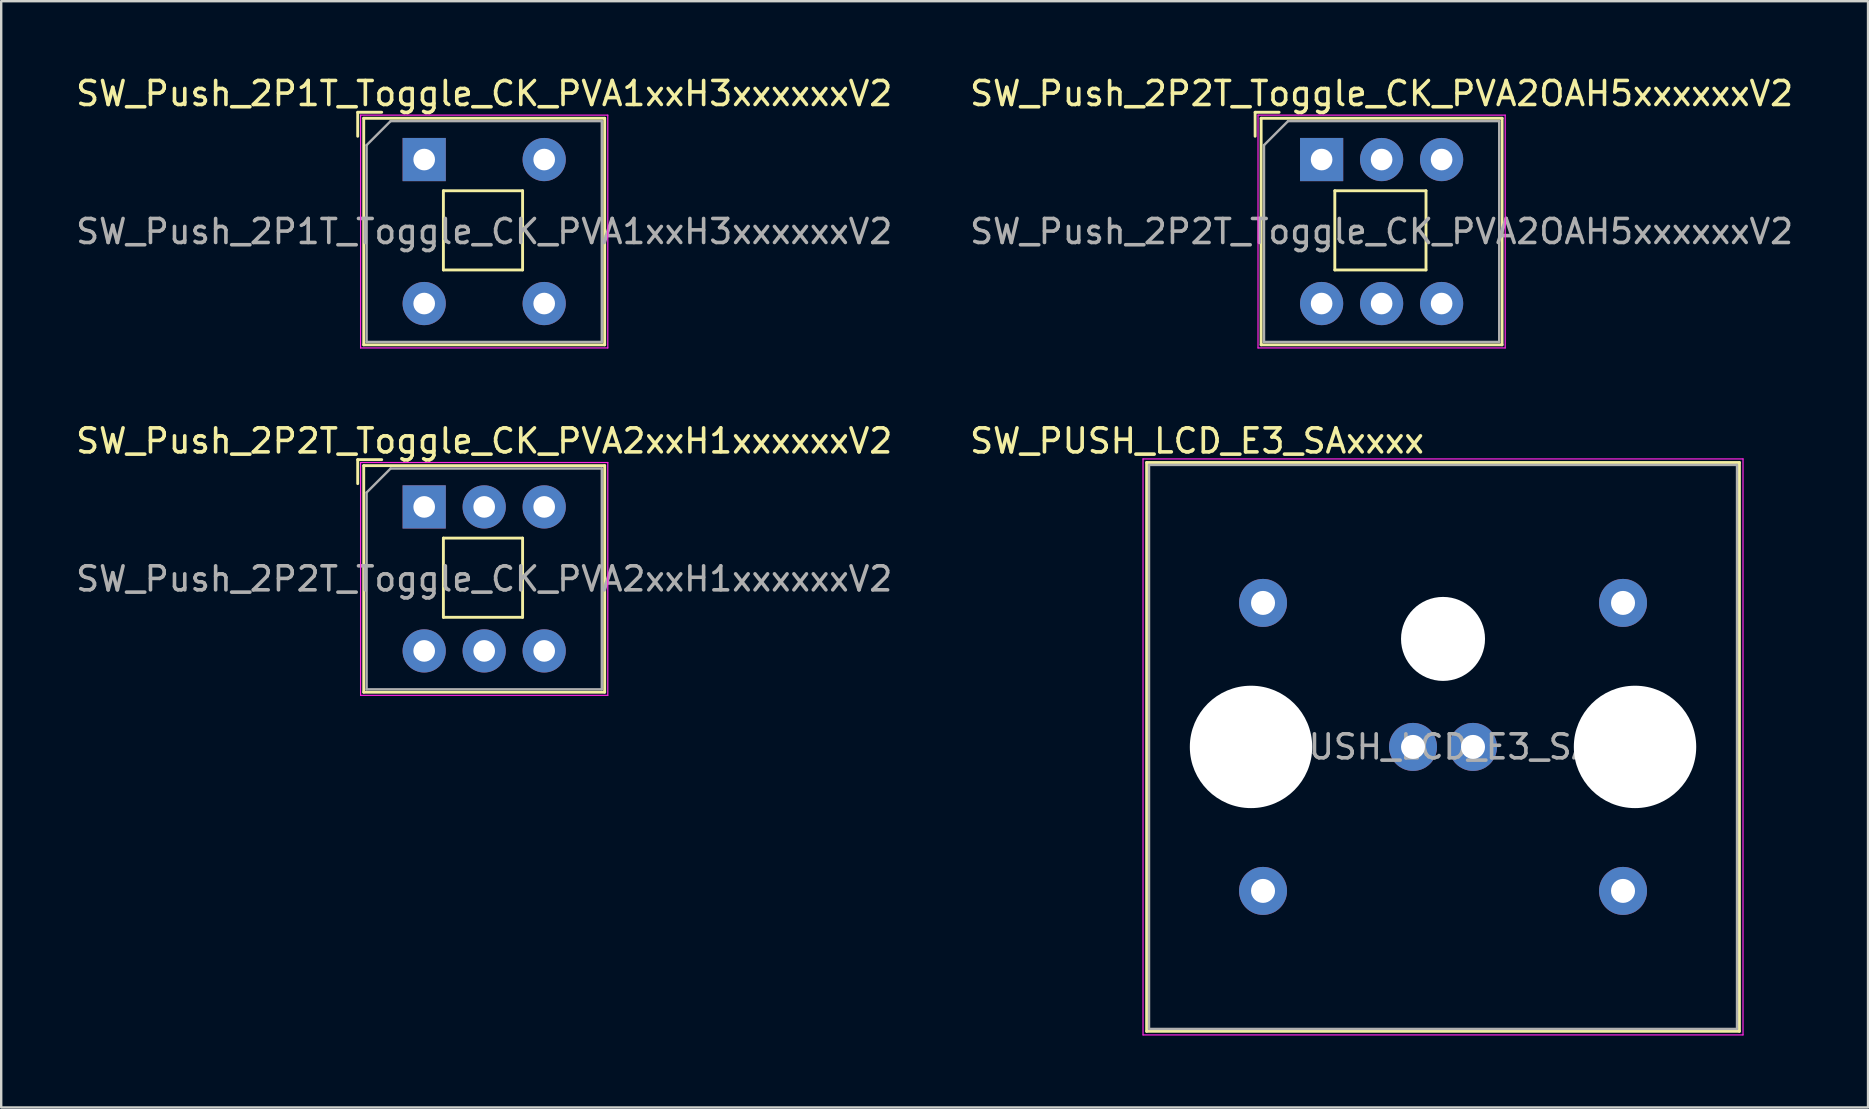
<source format=kicad_pcb>
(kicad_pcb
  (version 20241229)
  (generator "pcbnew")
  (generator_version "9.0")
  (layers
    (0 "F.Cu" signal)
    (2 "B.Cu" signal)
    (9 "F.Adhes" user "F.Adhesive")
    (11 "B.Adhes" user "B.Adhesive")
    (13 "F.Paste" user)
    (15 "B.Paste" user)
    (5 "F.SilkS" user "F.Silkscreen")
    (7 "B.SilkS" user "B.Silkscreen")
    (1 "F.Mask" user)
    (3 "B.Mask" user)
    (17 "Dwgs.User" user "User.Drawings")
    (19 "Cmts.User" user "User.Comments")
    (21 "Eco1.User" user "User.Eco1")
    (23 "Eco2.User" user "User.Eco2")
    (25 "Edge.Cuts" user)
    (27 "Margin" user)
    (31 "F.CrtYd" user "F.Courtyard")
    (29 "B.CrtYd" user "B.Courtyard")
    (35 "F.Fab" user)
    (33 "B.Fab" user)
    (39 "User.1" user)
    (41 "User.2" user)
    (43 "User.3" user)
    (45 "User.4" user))
  (footprint "SW_Push_2P2T_Toggle_CK_PVA2xxH1xxxxxxV2"
    (layer "F.Cu")
    (at 14.625 18.072)
    (property "Reference" "SW_Push_2P2T_Toggle_CK_PVA2xxH1xxxxxxV2" (at 2.5 -2.75 0) (layer "F.SilkS") (effects (font (size 1 1) (thickness 0.15))))
    (attr through_hole)
    (fp_line (start -2.77 -0.97) (end -2.77 -1.97) (stroke (width 0.12) (type solid)) (layer "F.SilkS"))
    (fp_line (start -2.52 7.72) (end -2.52 -1.72) (stroke (width 0.12) (type solid)) (layer "F.SilkS"))
    (fp_line (start -1.77 -1.97) (end -2.77 -1.97) (stroke (width 0.12) (type solid)) (layer "F.SilkS"))
    (fp_line (start 0.8 1.3) (end 0.8 4.6) (stroke (width 0.12) (type solid)) (layer "F.SilkS"))
    (fp_line (start 4.1 1.3) (end 0.8 1.3) (stroke (width 0.12) (type solid)) (layer "F.SilkS"))
    (fp_line (start 4.1 1.3) (end 4.1 4.6) (stroke (width 0.12) (type solid)) (layer "F.SilkS"))
    (fp_line (start 4.1 4.6) (end 0.8 4.6) (stroke (width 0.12) (type solid)) (layer "F.SilkS"))
    (fp_line (start 7.52 -1.72) (end -2.52 -1.72) (stroke (width 0.12) (type solid)) (layer "F.SilkS"))
    (fp_line (start 7.52 7.72) (end -2.52 7.72) (stroke (width 0.12) (type solid)) (layer "F.SilkS"))
    (fp_line (start 7.52 7.72) (end 7.52 -1.72) (stroke (width 0.12) (type solid)) (layer "F.SilkS"))
    (fp_line (start -2.65 -1.85) (end 7.65 -1.85) (stroke (width 0.05) (type solid)) (layer "F.CrtYd"))
    (fp_line (start -2.65 7.85) (end -2.65 -1.85) (stroke (width 0.05) (type solid)) (layer "F.CrtYd"))
    (fp_line (start -2.65 7.85) (end 7.65 7.85) (stroke (width 0.05) (type solid)) (layer "F.CrtYd"))
    (fp_line (start 7.65 -1.85) (end 7.65 7.85) (stroke (width 0.05) (type solid)) (layer "F.CrtYd"))
    (fp_line (start -2.4 -0.6) (end -1.4 -1.6) (stroke (width 0.1) (type solid)) (layer "F.Fab"))
    (fp_line (start -2.4 7.6) (end -2.4 -0.6) (stroke (width 0.1) (type solid)) (layer "F.Fab"))
    (fp_line (start -1.4 -1.6) (end 7.4 -1.6) (stroke (width 0.1) (type solid)) (layer "F.Fab"))
    (fp_line (start 7.4 -1.6) (end 7.4 7.6) (stroke (width 0.1) (type solid)) (layer "F.Fab"))
    (fp_line (start 7.4 7.6) (end -2.4 7.6) (stroke (width 0.1) (type solid)) (layer "F.Fab"))
    (fp_text user "${REFERENCE}" (at 2.5 3 0) (layer "F.Fab") (effects (font (size 1 1) (thickness 0.15))))
    (pad "1" thru_hole rect (at 0 0) (size 1.8 1.8) (drill 0.9) (layers "*.Cu" "*.Mask"))
    (pad "2" thru_hole circle (at 2.5 0) (size 1.8 1.8) (drill 0.9) (layers "*.Cu" "*.Mask"))
    (pad "3" thru_hole circle (at 5 0) (size 1.8 1.8) (drill 0.9) (layers "*.Cu" "*.Mask"))
    (pad "4" thru_hole circle (at 0 6) (size 1.8 1.8) (drill 0.9) (layers "*.Cu" "*.Mask"))
    (pad "5" thru_hole circle (at 2.5 6) (size 1.8 1.8) (drill 0.9) (layers "*.Cu" "*.Mask"))
    (pad "6" thru_hole circle (at 5 6) (size 1.8 1.8) (drill 0.9) (layers "*.Cu" "*.Mask")))
  (footprint "SW_Push_2P2T_Toggle_CK_PVA2OAH5xxxxxxV2"
    (layer "F.Cu")
    (at 52.018 3.598)
    (property "Reference" "SW_Push_2P2T_Toggle_CK_PVA2OAH5xxxxxxV2" (at 2.5 -2.75 0) (layer "F.SilkS") (effects (font (size 1 1) (thickness 0.15))))
    (attr through_hole)
    (fp_line (start -2.77 -0.97) (end -2.77 -1.97) (stroke (width 0.12) (type solid)) (layer "F.SilkS"))
    (fp_line (start -2.52 7.72) (end -2.52 -1.72) (stroke (width 0.12) (type solid)) (layer "F.SilkS"))
    (fp_line (start -1.77 -1.97) (end -2.77 -1.97) (stroke (width 0.12) (type solid)) (layer "F.SilkS"))
    (fp_line (start 0.55 1.3) (end 0.55 4.6) (stroke (width 0.12) (type solid)) (layer "F.SilkS"))
    (fp_line (start 4.35 1.3) (end 0.55 1.3) (stroke (width 0.12) (type solid)) (layer "F.SilkS"))
    (fp_line (start 4.35 1.3) (end 4.35 4.6) (stroke (width 0.12) (type solid)) (layer "F.SilkS"))
    (fp_line (start 4.35 4.6) (end 0.55 4.6) (stroke (width 0.12) (type solid)) (layer "F.SilkS"))
    (fp_line (start 7.52 -1.72) (end -2.52 -1.72) (stroke (width 0.12) (type solid)) (layer "F.SilkS"))
    (fp_line (start 7.52 7.72) (end -2.52 7.72) (stroke (width 0.12) (type solid)) (layer "F.SilkS"))
    (fp_line (start 7.52 7.72) (end 7.52 -1.72) (stroke (width 0.12) (type solid)) (layer "F.SilkS"))
    (fp_line (start -2.65 -1.85) (end 7.65 -1.85) (stroke (width 0.05) (type solid)) (layer "F.CrtYd"))
    (fp_line (start -2.65 7.85) (end -2.65 -1.85) (stroke (width 0.05) (type solid)) (layer "F.CrtYd"))
    (fp_line (start -2.65 7.85) (end 7.65 7.85) (stroke (width 0.05) (type solid)) (layer "F.CrtYd"))
    (fp_line (start 7.65 -1.85) (end 7.65 7.85) (stroke (width 0.05) (type solid)) (layer "F.CrtYd"))
    (fp_line (start -2.4 -0.6) (end -1.4 -1.6) (stroke (width 0.1) (type solid)) (layer "F.Fab"))
    (fp_line (start -2.4 7.6) (end -2.4 -0.6) (stroke (width 0.1) (type solid)) (layer "F.Fab"))
    (fp_line (start -1.4 -1.6) (end 7.4 -1.6) (stroke (width 0.1) (type solid)) (layer "F.Fab"))
    (fp_line (start 7.4 -1.6) (end 7.4 7.6) (stroke (width 0.1) (type solid)) (layer "F.Fab"))
    (fp_line (start 7.4 7.6) (end -2.4 7.6) (stroke (width 0.1) (type solid)) (layer "F.Fab"))
    (fp_text user "${REFERENCE}" (at 2.5 3 0) (layer "F.Fab") (effects (font (size 1 1) (thickness 0.15))))
    (pad "1" thru_hole rect (at 0 0) (size 1.8 1.8) (drill 0.9) (layers "*.Cu" "*.Mask"))
    (pad "2" thru_hole circle (at 2.5 0) (size 1.8 1.8) (drill 0.9) (layers "*.Cu" "*.Mask"))
    (pad "3" thru_hole circle (at 5 0) (size 1.8 1.8) (drill 0.9) (layers "*.Cu" "*.Mask"))
    (pad "4" thru_hole circle (at 0 6) (size 1.8 1.8) (drill 0.9) (layers "*.Cu" "*.Mask"))
    (pad "5" thru_hole circle (at 2.5 6) (size 1.8 1.8) (drill 0.9) (layers "*.Cu" "*.Mask"))
    (pad "6" thru_hole circle (at 5 6) (size 1.8 1.8) (drill 0.9) (layers "*.Cu" "*.Mask")))
  (footprint "SW_Push_2P1T_Toggle_CK_PVA1xxH3xxxxxxV2"
    (layer "F.Cu")
    (at 14.625 3.598)
    (property "Reference" "SW_Push_2P1T_Toggle_CK_PVA1xxH3xxxxxxV2" (at 2.5 -2.75 0) (layer "F.SilkS") (effects (font (size 1 1) (thickness 0.15))))
    (attr through_hole)
    (fp_line (start -2.77 -0.97) (end -2.77 -1.97) (stroke (width 0.12) (type solid)) (layer "F.SilkS"))
    (fp_line (start -2.52 7.72) (end -2.52 -1.72) (stroke (width 0.12) (type solid)) (layer "F.SilkS"))
    (fp_line (start -1.77 -1.97) (end -2.77 -1.97) (stroke (width 0.12) (type solid)) (layer "F.SilkS"))
    (fp_line (start 0.8 1.3) (end 0.8 4.6) (stroke (width 0.12) (type solid)) (layer "F.SilkS"))
    (fp_line (start 4.1 1.3) (end 0.8 1.3) (stroke (width 0.12) (type solid)) (layer "F.SilkS"))
    (fp_line (start 4.1 1.3) (end 4.1 4.6) (stroke (width 0.12) (type solid)) (layer "F.SilkS"))
    (fp_line (start 4.1 4.6) (end 0.8 4.6) (stroke (width 0.12) (type solid)) (layer "F.SilkS"))
    (fp_line (start 7.52 -1.72) (end -2.52 -1.72) (stroke (width 0.12) (type solid)) (layer "F.SilkS"))
    (fp_line (start 7.52 7.72) (end -2.52 7.72) (stroke (width 0.12) (type solid)) (layer "F.SilkS"))
    (fp_line (start 7.52 7.72) (end 7.52 -1.72) (stroke (width 0.12) (type solid)) (layer "F.SilkS"))
    (fp_line (start -2.65 -1.85) (end 7.65 -1.85) (stroke (width 0.05) (type solid)) (layer "F.CrtYd"))
    (fp_line (start -2.65 7.85) (end -2.65 -1.85) (stroke (width 0.05) (type solid)) (layer "F.CrtYd"))
    (fp_line (start -2.65 7.85) (end 7.65 7.85) (stroke (width 0.05) (type solid)) (layer "F.CrtYd"))
    (fp_line (start 7.65 -1.85) (end 7.65 7.85) (stroke (width 0.05) (type solid)) (layer "F.CrtYd"))
    (fp_line (start -2.4 -0.6) (end -1.4 -1.6) (stroke (width 0.1) (type solid)) (layer "F.Fab"))
    (fp_line (start -2.4 7.6) (end -2.4 -0.6) (stroke (width 0.1) (type solid)) (layer "F.Fab"))
    (fp_line (start -1.4 -1.6) (end 7.4 -1.6) (stroke (width 0.1) (type solid)) (layer "F.Fab"))
    (fp_line (start 7.4 -1.6) (end 7.4 7.6) (stroke (width 0.1) (type solid)) (layer "F.Fab"))
    (fp_line (start 7.4 7.6) (end -2.4 7.6) (stroke (width 0.1) (type solid)) (layer "F.Fab"))
    (fp_text user "${REFERENCE}" (at 2.5 3 0) (layer "F.Fab") (effects (font (size 1 1) (thickness 0.15))))
    (pad "1" thru_hole rect (at 0 0) (size 1.8 1.8) (drill 0.9) (layers "*.Cu" "*.Mask"))
    (pad "2" thru_hole circle (at 5 0) (size 1.8 1.8) (drill 0.9) (layers "*.Cu" "*.Mask"))
    (pad "3" thru_hole circle (at 0 6) (size 1.8 1.8) (drill 0.9) (layers "*.Cu" "*.Mask"))
    (pad "4" thru_hole circle (at 5 6) (size 1.8 1.8) (drill 0.9) (layers "*.Cu" "*.Mask")))
  (footprint "SW_PUSH_LCD_E3_SAxxxx"
    (layer "F.Cu")
    (at 64.577 22.072)
    (property "Reference" "SW_PUSH_LCD_E3_SAxxxx" (at -17.75 -6.75 0) (layer "F.SilkS") (effects (font (size 1 1) (thickness 0.15))))
    (attr through_hole)
    (fp_line (start -19.85 -5.85) (end -19.85 17.85) (stroke (width 0.12) (type solid)) (layer "F.SilkS"))
    (fp_line (start -19.85 17.85) (end 4.85 17.85) (stroke (width 0.12) (type solid)) (layer "F.SilkS"))
    (fp_line (start 4.85 -5.85) (end -19.85 -5.85) (stroke (width 0.12) (type solid)) (layer "F.SilkS"))
    (fp_line (start 4.85 17.85) (end 4.85 -5.85) (stroke (width 0.12) (type solid)) (layer "F.SilkS"))
    (fp_line (start -20 -6) (end -20 18) (stroke (width 0.05) (type solid)) (layer "F.CrtYd"))
    (fp_line (start -20 18) (end 5 18) (stroke (width 0.05) (type solid)) (layer "F.CrtYd"))
    (fp_line (start 5 -6) (end -20 -6) (stroke (width 0.05) (type solid)) (layer "F.CrtYd"))
    (fp_line (start 5 18) (end 5 -6) (stroke (width 0.05) (type solid)) (layer "F.CrtYd"))
    (fp_line (start -19.75 -5.75) (end -19.75 17.75) (stroke (width 0.1) (type solid)) (layer "F.Fab"))
    (fp_line (start -19.75 17.75) (end 4.75 17.75) (stroke (width 0.1) (type solid)) (layer "F.Fab"))
    (fp_line (start 4.75 -5.75) (end -19.75 -5.75) (stroke (width 0.1) (type solid)) (layer "F.Fab"))
    (fp_line (start 4.75 -5.75) (end 4.75 17.75) (stroke (width 0.1) (type solid)) (layer "F.Fab"))
    (fp_text user "${REFERENCE}" (at -7.5 6 0) (layer "F.Fab") (effects (font (size 1 1) (thickness 0.15))))
    (pad "" np_thru_hole circle (at -15.5 6) (size 5.1 5.1) (drill 5.1) (layers "*.Cu" "*.Mask"))
    (pad "" np_thru_hole circle (at -7.5 1.5) (size 3.5 3.5) (drill 3.5) (layers "*.Cu" "*.Mask"))
    (pad "" np_thru_hole circle (at 0.5 6) (size 5.1 5.1) (drill 5.1) (layers "*.Cu" "*.Mask"))
    (pad "1" thru_hole circle (at 0 0) (size 2 2) (drill 1) (layers "*.Cu" "*.Mask"))
    (pad "2" thru_hole circle (at 0 12) (size 2 2) (drill 1) (layers "*.Cu" "*.Mask"))
    (pad "3" thru_hole circle (at -15 0) (size 2 2) (drill 1) (layers "*.Cu" "*.Mask"))
    (pad "4" thru_hole circle (at -15 12) (size 2 2) (drill 1) (layers "*.Cu" "*.Mask"))
    (pad "5" thru_hole circle (at -8.75 6) (size 2 2) (drill 1) (layers "*.Cu" "*.Mask"))
    (pad "6" thru_hole circle (at -6.25 6) (size 2 2) (drill 1) (layers "*.Cu" "*.Mask")))
  (gr_rect
    (start -3 -3)
    (end 74.786 43.096)
    (stroke (width 0.1) (type default))
    (fill no)
    (layer "Edge.Cuts")))
</source>
